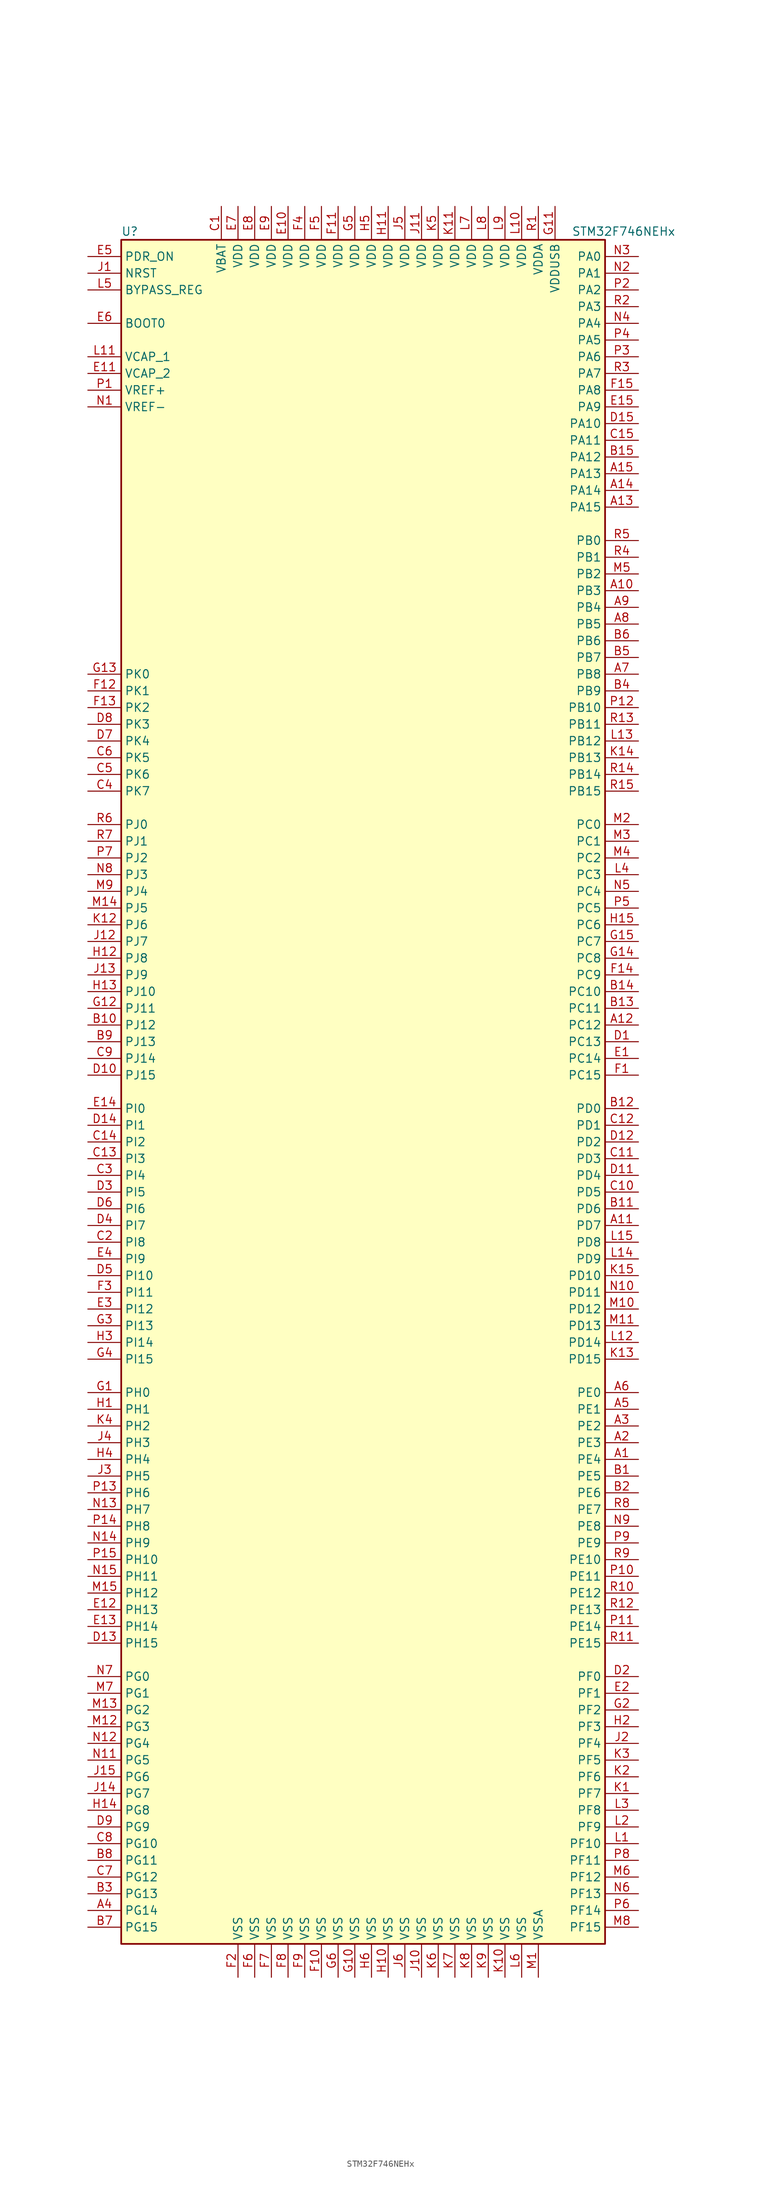
<source format=kicad_sym>
(kicad_symbol_lib
  (version 20211014)
  (generator kicad_symbol_editor)
  (symbol "STM32F746NEHx"
    (property "Reference" "U"
      (at -38.1 130.81 0)
      (effects (font (size 1.27 1.27)) (justify left)))
    (property "Value" "STM32F746NEHx"
      (at 30.48 130.81 0)
      (effects (font (size 1.27 1.27)) (justify left)))
    (symbol "STM32F746NEHx_0_1"
      (rectangle (start -38.1 -129.54) (end 35.56 129.54) (stroke (width 0.254) (type default) (color 0 0 0 0)) (fill (type background))))
    (symbol "STM32F746NEHx_1_1"
      (pin bidirectional line (at 40.64 -55.88 180) (length 5.08) (name "PE4" (effects (font (size 1.27 1.27)))) (number "A1" (effects (font (size 1.27 1.27)))))
      (pin bidirectional line (at 40.64 76.2 180) (length 5.08) (name "PB3" (effects (font (size 1.27 1.27)))) (number "A10" (effects (font (size 1.27 1.27)))))
      (pin bidirectional line (at 40.64 -20.32 180) (length 5.08) (name "PD7" (effects (font (size 1.27 1.27)))) (number "A11" (effects (font (size 1.27 1.27)))))
      (pin bidirectional line (at 40.64 10.16 180) (length 5.08) (name "PC12" (effects (font (size 1.27 1.27)))) (number "A12" (effects (font (size 1.27 1.27)))))
      (pin bidirectional line (at 40.64 88.9 180) (length 5.08) (name "PA15" (effects (font (size 1.27 1.27)))) (number "A13" (effects (font (size 1.27 1.27)))))
      (pin bidirectional line (at 40.64 91.44 180) (length 5.08) (name "PA14" (effects (font (size 1.27 1.27)))) (number "A14" (effects (font (size 1.27 1.27)))))
      (pin bidirectional line (at 40.64 93.98 180) (length 5.08) (name "PA13" (effects (font (size 1.27 1.27)))) (number "A15" (effects (font (size 1.27 1.27)))))
      (pin bidirectional line (at 40.64 -53.34 180) (length 5.08) (name "PE3" (effects (font (size 1.27 1.27)))) (number "A2" (effects (font (size 1.27 1.27)))))
      (pin bidirectional line (at 40.64 -50.8 180) (length 5.08) (name "PE2" (effects (font (size 1.27 1.27)))) (number "A3" (effects (font (size 1.27 1.27)))))
      (pin bidirectional line (at -43.18 -124.46 0) (length 5.08) (name "PG14" (effects (font (size 1.27 1.27)))) (number "A4" (effects (font (size 1.27 1.27)))))
      (pin bidirectional line (at 40.64 -48.26 180) (length 5.08) (name "PE1" (effects (font (size 1.27 1.27)))) (number "A5" (effects (font (size 1.27 1.27)))))
      (pin bidirectional line (at 40.64 -45.72 180) (length 5.08) (name "PE0" (effects (font (size 1.27 1.27)))) (number "A6" (effects (font (size 1.27 1.27)))))
      (pin bidirectional line (at 40.64 63.5 180) (length 5.08) (name "PB8" (effects (font (size 1.27 1.27)))) (number "A7" (effects (font (size 1.27 1.27)))))
      (pin bidirectional line (at 40.64 71.12 180) (length 5.08) (name "PB5" (effects (font (size 1.27 1.27)))) (number "A8" (effects (font (size 1.27 1.27)))))
      (pin bidirectional line (at 40.64 73.66 180) (length 5.08) (name "PB4" (effects (font (size 1.27 1.27)))) (number "A9" (effects (font (size 1.27 1.27)))))
      (pin bidirectional line (at 40.64 -58.42 180) (length 5.08) (name "PE5" (effects (font (size 1.27 1.27)))) (number "B1" (effects (font (size 1.27 1.27)))))
      (pin bidirectional line (at -43.18 10.16 0) (length 5.08) (name "PJ12" (effects (font (size 1.27 1.27)))) (number "B10" (effects (font (size 1.27 1.27)))))
      (pin bidirectional line (at 40.64 -17.78 180) (length 5.08) (name "PD6" (effects (font (size 1.27 1.27)))) (number "B11" (effects (font (size 1.27 1.27)))))
      (pin bidirectional line (at 40.64 -2.54 180) (length 5.08) (name "PD0" (effects (font (size 1.27 1.27)))) (number "B12" (effects (font (size 1.27 1.27)))))
      (pin bidirectional line (at 40.64 12.7 180) (length 5.08) (name "PC11" (effects (font (size 1.27 1.27)))) (number "B13" (effects (font (size 1.27 1.27)))))
      (pin bidirectional line (at 40.64 15.24 180) (length 5.08) (name "PC10" (effects (font (size 1.27 1.27)))) (number "B14" (effects (font (size 1.27 1.27)))))
      (pin bidirectional line (at 40.64 96.52 180) (length 5.08) (name "PA12" (effects (font (size 1.27 1.27)))) (number "B15" (effects (font (size 1.27 1.27)))))
      (pin bidirectional line (at 40.64 -60.96 180) (length 5.08) (name "PE6" (effects (font (size 1.27 1.27)))) (number "B2" (effects (font (size 1.27 1.27)))))
      (pin bidirectional line (at -43.18 -121.92 0) (length 5.08) (name "PG13" (effects (font (size 1.27 1.27)))) (number "B3" (effects (font (size 1.27 1.27)))))
      (pin bidirectional line (at 40.64 60.96 180) (length 5.08) (name "PB9" (effects (font (size 1.27 1.27)))) (number "B4" (effects (font (size 1.27 1.27)))))
      (pin bidirectional line (at 40.64 66.04 180) (length 5.08) (name "PB7" (effects (font (size 1.27 1.27)))) (number "B5" (effects (font (size 1.27 1.27)))))
      (pin bidirectional line (at 40.64 68.58 180) (length 5.08) (name "PB6" (effects (font (size 1.27 1.27)))) (number "B6" (effects (font (size 1.27 1.27)))))
      (pin bidirectional line (at -43.18 -127 0) (length 5.08) (name "PG15" (effects (font (size 1.27 1.27)))) (number "B7" (effects (font (size 1.27 1.27)))))
      (pin bidirectional line (at -43.18 -116.84 0) (length 5.08) (name "PG11" (effects (font (size 1.27 1.27)))) (number "B8" (effects (font (size 1.27 1.27)))))
      (pin bidirectional line (at -43.18 7.62 0) (length 5.08) (name "PJ13" (effects (font (size 1.27 1.27)))) (number "B9" (effects (font (size 1.27 1.27)))))
      (pin power_in line (at -22.86 134.62 270) (length 5.08) (name "VBAT" (effects (font (size 1.27 1.27)))) (number "C1" (effects (font (size 1.27 1.27)))))
      (pin bidirectional line (at 40.64 -15.24 180) (length 5.08) (name "PD5" (effects (font (size 1.27 1.27)))) (number "C10" (effects (font (size 1.27 1.27)))))
      (pin bidirectional line (at 40.64 -10.16 180) (length 5.08) (name "PD3" (effects (font (size 1.27 1.27)))) (number "C11" (effects (font (size 1.27 1.27)))))
      (pin bidirectional line (at 40.64 -5.08 180) (length 5.08) (name "PD1" (effects (font (size 1.27 1.27)))) (number "C12" (effects (font (size 1.27 1.27)))))
      (pin bidirectional line (at -43.18 -10.16 0) (length 5.08) (name "PI3" (effects (font (size 1.27 1.27)))) (number "C13" (effects (font (size 1.27 1.27)))))
      (pin bidirectional line (at -43.18 -7.62 0) (length 5.08) (name "PI2" (effects (font (size 1.27 1.27)))) (number "C14" (effects (font (size 1.27 1.27)))))
      (pin bidirectional line (at 40.64 99.06 180) (length 5.08) (name "PA11" (effects (font (size 1.27 1.27)))) (number "C15" (effects (font (size 1.27 1.27)))))
      (pin bidirectional line (at -43.18 -22.86 0) (length 5.08) (name "PI8" (effects (font (size 1.27 1.27)))) (number "C2" (effects (font (size 1.27 1.27)))))
      (pin bidirectional line (at -43.18 -12.7 0) (length 5.08) (name "PI4" (effects (font (size 1.27 1.27)))) (number "C3" (effects (font (size 1.27 1.27)))))
      (pin bidirectional line (at -43.18 45.72 0) (length 5.08) (name "PK7" (effects (font (size 1.27 1.27)))) (number "C4" (effects (font (size 1.27 1.27)))))
      (pin bidirectional line (at -43.18 48.26 0) (length 5.08) (name "PK6" (effects (font (size 1.27 1.27)))) (number "C5" (effects (font (size 1.27 1.27)))))
      (pin bidirectional line (at -43.18 50.8 0) (length 5.08) (name "PK5" (effects (font (size 1.27 1.27)))) (number "C6" (effects (font (size 1.27 1.27)))))
      (pin bidirectional line (at -43.18 -119.38 0) (length 5.08) (name "PG12" (effects (font (size 1.27 1.27)))) (number "C7" (effects (font (size 1.27 1.27)))))
      (pin bidirectional line (at -43.18 -114.3 0) (length 5.08) (name "PG10" (effects (font (size 1.27 1.27)))) (number "C8" (effects (font (size 1.27 1.27)))))
      (pin bidirectional line (at -43.18 5.08 0) (length 5.08) (name "PJ14" (effects (font (size 1.27 1.27)))) (number "C9" (effects (font (size 1.27 1.27)))))
      (pin bidirectional line (at 40.64 7.62 180) (length 5.08) (name "PC13" (effects (font (size 1.27 1.27)))) (number "D1" (effects (font (size 1.27 1.27)))))
      (pin bidirectional line (at -43.18 2.54 0) (length 5.08) (name "PJ15" (effects (font (size 1.27 1.27)))) (number "D10" (effects (font (size 1.27 1.27)))))
      (pin bidirectional line (at 40.64 -12.7 180) (length 5.08) (name "PD4" (effects (font (size 1.27 1.27)))) (number "D11" (effects (font (size 1.27 1.27)))))
      (pin bidirectional line (at 40.64 -7.62 180) (length 5.08) (name "PD2" (effects (font (size 1.27 1.27)))) (number "D12" (effects (font (size 1.27 1.27)))))
      (pin bidirectional line (at -43.18 -83.82 0) (length 5.08) (name "PH15" (effects (font (size 1.27 1.27)))) (number "D13" (effects (font (size 1.27 1.27)))))
      (pin bidirectional line (at -43.18 -5.08 0) (length 5.08) (name "PI1" (effects (font (size 1.27 1.27)))) (number "D14" (effects (font (size 1.27 1.27)))))
      (pin bidirectional line (at 40.64 101.6 180) (length 5.08) (name "PA10" (effects (font (size 1.27 1.27)))) (number "D15" (effects (font (size 1.27 1.27)))))
      (pin bidirectional line (at 40.64 -88.9 180) (length 5.08) (name "PF0" (effects (font (size 1.27 1.27)))) (number "D2" (effects (font (size 1.27 1.27)))))
      (pin bidirectional line (at -43.18 -15.24 0) (length 5.08) (name "PI5" (effects (font (size 1.27 1.27)))) (number "D3" (effects (font (size 1.27 1.27)))))
      (pin bidirectional line (at -43.18 -20.32 0) (length 5.08) (name "PI7" (effects (font (size 1.27 1.27)))) (number "D4" (effects (font (size 1.27 1.27)))))
      (pin bidirectional line (at -43.18 -27.94 0) (length 5.08) (name "PI10" (effects (font (size 1.27 1.27)))) (number "D5" (effects (font (size 1.27 1.27)))))
      (pin bidirectional line (at -43.18 -17.78 0) (length 5.08) (name "PI6" (effects (font (size 1.27 1.27)))) (number "D6" (effects (font (size 1.27 1.27)))))
      (pin bidirectional line (at -43.18 53.34 0) (length 5.08) (name "PK4" (effects (font (size 1.27 1.27)))) (number "D7" (effects (font (size 1.27 1.27)))))
      (pin bidirectional line (at -43.18 55.88 0) (length 5.08) (name "PK3" (effects (font (size 1.27 1.27)))) (number "D8" (effects (font (size 1.27 1.27)))))
      (pin bidirectional line (at -43.18 -111.76 0) (length 5.08) (name "PG9" (effects (font (size 1.27 1.27)))) (number "D9" (effects (font (size 1.27 1.27)))))
      (pin bidirectional line (at 40.64 5.08 180) (length 5.08) (name "PC14" (effects (font (size 1.27 1.27)))) (number "E1" (effects (font (size 1.27 1.27)))))
      (pin power_in line (at -12.7 134.62 270) (length 5.08) (name "VDD" (effects (font (size 1.27 1.27)))) (number "E10" (effects (font (size 1.27 1.27)))))
      (pin power_in line (at -43.18 109.22 0) (length 5.08) (name "VCAP_2" (effects (font (size 1.27 1.27)))) (number "E11" (effects (font (size 1.27 1.27)))))
      (pin bidirectional line (at -43.18 -78.74 0) (length 5.08) (name "PH13" (effects (font (size 1.27 1.27)))) (number "E12" (effects (font (size 1.27 1.27)))))
      (pin bidirectional line (at -43.18 -81.28 0) (length 5.08) (name "PH14" (effects (font (size 1.27 1.27)))) (number "E13" (effects (font (size 1.27 1.27)))))
      (pin bidirectional line (at -43.18 -2.54 0) (length 5.08) (name "PI0" (effects (font (size 1.27 1.27)))) (number "E14" (effects (font (size 1.27 1.27)))))
      (pin bidirectional line (at 40.64 104.14 180) (length 5.08) (name "PA9" (effects (font (size 1.27 1.27)))) (number "E15" (effects (font (size 1.27 1.27)))))
      (pin bidirectional line (at 40.64 -91.44 180) (length 5.08) (name "PF1" (effects (font (size 1.27 1.27)))) (number "E2" (effects (font (size 1.27 1.27)))))
      (pin bidirectional line (at -43.18 -33.02 0) (length 5.08) (name "PI12" (effects (font (size 1.27 1.27)))) (number "E3" (effects (font (size 1.27 1.27)))))
      (pin bidirectional line (at -43.18 -25.4 0) (length 5.08) (name "PI9" (effects (font (size 1.27 1.27)))) (number "E4" (effects (font (size 1.27 1.27)))))
      (pin input line (at -43.18 127 0) (length 5.08) (name "PDR_ON" (effects (font (size 1.27 1.27)))) (number "E5" (effects (font (size 1.27 1.27)))))
      (pin input line (at -43.18 116.84 0) (length 5.08) (name "BOOT0" (effects (font (size 1.27 1.27)))) (number "E6" (effects (font (size 1.27 1.27)))))
      (pin power_in line (at -20.32 134.62 270) (length 5.08) (name "VDD" (effects (font (size 1.27 1.27)))) (number "E7" (effects (font (size 1.27 1.27)))))
      (pin power_in line (at -17.78 134.62 270) (length 5.08) (name "VDD" (effects (font (size 1.27 1.27)))) (number "E8" (effects (font (size 1.27 1.27)))))
      (pin power_in line (at -15.24 134.62 270) (length 5.08) (name "VDD" (effects (font (size 1.27 1.27)))) (number "E9" (effects (font (size 1.27 1.27)))))
      (pin bidirectional line (at 40.64 2.54 180) (length 5.08) (name "PC15" (effects (font (size 1.27 1.27)))) (number "F1" (effects (font (size 1.27 1.27)))))
      (pin power_in line (at -7.62 -134.62 90) (length 5.08) (name "VSS" (effects (font (size 1.27 1.27)))) (number "F10" (effects (font (size 1.27 1.27)))))
      (pin power_in line (at -5.08 134.62 270) (length 5.08) (name "VDD" (effects (font (size 1.27 1.27)))) (number "F11" (effects (font (size 1.27 1.27)))))
      (pin bidirectional line (at -43.18 60.96 0) (length 5.08) (name "PK1" (effects (font (size 1.27 1.27)))) (number "F12" (effects (font (size 1.27 1.27)))))
      (pin bidirectional line (at -43.18 58.42 0) (length 5.08) (name "PK2" (effects (font (size 1.27 1.27)))) (number "F13" (effects (font (size 1.27 1.27)))))
      (pin bidirectional line (at 40.64 17.78 180) (length 5.08) (name "PC9" (effects (font (size 1.27 1.27)))) (number "F14" (effects (font (size 1.27 1.27)))))
      (pin bidirectional line (at 40.64 106.68 180) (length 5.08) (name "PA8" (effects (font (size 1.27 1.27)))) (number "F15" (effects (font (size 1.27 1.27)))))
      (pin power_in line (at -20.32 -134.62 90) (length 5.08) (name "VSS" (effects (font (size 1.27 1.27)))) (number "F2" (effects (font (size 1.27 1.27)))))
      (pin bidirectional line (at -43.18 -30.48 0) (length 5.08) (name "PI11" (effects (font (size 1.27 1.27)))) (number "F3" (effects (font (size 1.27 1.27)))))
      (pin power_in line (at -10.16 134.62 270) (length 5.08) (name "VDD" (effects (font (size 1.27 1.27)))) (number "F4" (effects (font (size 1.27 1.27)))))
      (pin power_in line (at -7.62 134.62 270) (length 5.08) (name "VDD" (effects (font (size 1.27 1.27)))) (number "F5" (effects (font (size 1.27 1.27)))))
      (pin power_in line (at -17.78 -134.62 90) (length 5.08) (name "VSS" (effects (font (size 1.27 1.27)))) (number "F6" (effects (font (size 1.27 1.27)))))
      (pin power_in line (at -15.24 -134.62 90) (length 5.08) (name "VSS" (effects (font (size 1.27 1.27)))) (number "F7" (effects (font (size 1.27 1.27)))))
      (pin power_in line (at -12.7 -134.62 90) (length 5.08) (name "VSS" (effects (font (size 1.27 1.27)))) (number "F8" (effects (font (size 1.27 1.27)))))
      (pin power_in line (at -10.16 -134.62 90) (length 5.08) (name "VSS" (effects (font (size 1.27 1.27)))) (number "F9" (effects (font (size 1.27 1.27)))))
      (pin input line (at -43.18 -45.72 0) (length 5.08) (name "PH0" (effects (font (size 1.27 1.27)))) (number "G1" (effects (font (size 1.27 1.27)))))
      (pin power_in line (at -2.54 -134.62 90) (length 5.08) (name "VSS" (effects (font (size 1.27 1.27)))) (number "G10" (effects (font (size 1.27 1.27)))))
      (pin power_in line (at 27.94 134.62 270) (length 5.08) (name "VDDUSB" (effects (font (size 1.27 1.27)))) (number "G11" (effects (font (size 1.27 1.27)))))
      (pin bidirectional line (at -43.18 12.7 0) (length 5.08) (name "PJ11" (effects (font (size 1.27 1.27)))) (number "G12" (effects (font (size 1.27 1.27)))))
      (pin bidirectional line (at -43.18 63.5 0) (length 5.08) (name "PK0" (effects (font (size 1.27 1.27)))) (number "G13" (effects (font (size 1.27 1.27)))))
      (pin bidirectional line (at 40.64 20.32 180) (length 5.08) (name "PC8" (effects (font (size 1.27 1.27)))) (number "G14" (effects (font (size 1.27 1.27)))))
      (pin bidirectional line (at 40.64 22.86 180) (length 5.08) (name "PC7" (effects (font (size 1.27 1.27)))) (number "G15" (effects (font (size 1.27 1.27)))))
      (pin bidirectional line (at 40.64 -93.98 180) (length 5.08) (name "PF2" (effects (font (size 1.27 1.27)))) (number "G2" (effects (font (size 1.27 1.27)))))
      (pin bidirectional line (at -43.18 -35.56 0) (length 5.08) (name "PI13" (effects (font (size 1.27 1.27)))) (number "G3" (effects (font (size 1.27 1.27)))))
      (pin bidirectional line (at -43.18 -40.64 0) (length 5.08) (name "PI15" (effects (font (size 1.27 1.27)))) (number "G4" (effects (font (size 1.27 1.27)))))
      (pin power_in line (at -2.54 134.62 270) (length 5.08) (name "VDD" (effects (font (size 1.27 1.27)))) (number "G5" (effects (font (size 1.27 1.27)))))
      (pin power_in line (at -5.08 -134.62 90) (length 5.08) (name "VSS" (effects (font (size 1.27 1.27)))) (number "G6" (effects (font (size 1.27 1.27)))))
      (pin input line (at -43.18 -48.26 0) (length 5.08) (name "PH1" (effects (font (size 1.27 1.27)))) (number "H1" (effects (font (size 1.27 1.27)))))
      (pin power_in line (at 2.54 -134.62 90) (length 5.08) (name "VSS" (effects (font (size 1.27 1.27)))) (number "H10" (effects (font (size 1.27 1.27)))))
      (pin power_in line (at 2.54 134.62 270) (length 5.08) (name "VDD" (effects (font (size 1.27 1.27)))) (number "H11" (effects (font (size 1.27 1.27)))))
      (pin bidirectional line (at -43.18 20.32 0) (length 5.08) (name "PJ8" (effects (font (size 1.27 1.27)))) (number "H12" (effects (font (size 1.27 1.27)))))
      (pin bidirectional line (at -43.18 15.24 0) (length 5.08) (name "PJ10" (effects (font (size 1.27 1.27)))) (number "H13" (effects (font (size 1.27 1.27)))))
      (pin bidirectional line (at -43.18 -109.22 0) (length 5.08) (name "PG8" (effects (font (size 1.27 1.27)))) (number "H14" (effects (font (size 1.27 1.27)))))
      (pin bidirectional line (at 40.64 25.4 180) (length 5.08) (name "PC6" (effects (font (size 1.27 1.27)))) (number "H15" (effects (font (size 1.27 1.27)))))
      (pin bidirectional line (at 40.64 -96.52 180) (length 5.08) (name "PF3" (effects (font (size 1.27 1.27)))) (number "H2" (effects (font (size 1.27 1.27)))))
      (pin bidirectional line (at -43.18 -38.1 0) (length 5.08) (name "PI14" (effects (font (size 1.27 1.27)))) (number "H3" (effects (font (size 1.27 1.27)))))
      (pin bidirectional line (at -43.18 -55.88 0) (length 5.08) (name "PH4" (effects (font (size 1.27 1.27)))) (number "H4" (effects (font (size 1.27 1.27)))))
      (pin power_in line (at 0 134.62 270) (length 5.08) (name "VDD" (effects (font (size 1.27 1.27)))) (number "H5" (effects (font (size 1.27 1.27)))))
      (pin power_in line (at 0 -134.62 90) (length 5.08) (name "VSS" (effects (font (size 1.27 1.27)))) (number "H6" (effects (font (size 1.27 1.27)))))
      (pin input line (at -43.18 124.46 0) (length 5.08) (name "NRST" (effects (font (size 1.27 1.27)))) (number "J1" (effects (font (size 1.27 1.27)))))
      (pin power_in line (at 7.62 -134.62 90) (length 5.08) (name "VSS" (effects (font (size 1.27 1.27)))) (number "J10" (effects (font (size 1.27 1.27)))))
      (pin power_in line (at 7.62 134.62 270) (length 5.08) (name "VDD" (effects (font (size 1.27 1.27)))) (number "J11" (effects (font (size 1.27 1.27)))))
      (pin bidirectional line (at -43.18 22.86 0) (length 5.08) (name "PJ7" (effects (font (size 1.27 1.27)))) (number "J12" (effects (font (size 1.27 1.27)))))
      (pin bidirectional line (at -43.18 17.78 0) (length 5.08) (name "PJ9" (effects (font (size 1.27 1.27)))) (number "J13" (effects (font (size 1.27 1.27)))))
      (pin bidirectional line (at -43.18 -106.68 0) (length 5.08) (name "PG7" (effects (font (size 1.27 1.27)))) (number "J14" (effects (font (size 1.27 1.27)))))
      (pin bidirectional line (at -43.18 -104.14 0) (length 5.08) (name "PG6" (effects (font (size 1.27 1.27)))) (number "J15" (effects (font (size 1.27 1.27)))))
      (pin bidirectional line (at 40.64 -99.06 180) (length 5.08) (name "PF4" (effects (font (size 1.27 1.27)))) (number "J2" (effects (font (size 1.27 1.27)))))
      (pin bidirectional line (at -43.18 -58.42 0) (length 5.08) (name "PH5" (effects (font (size 1.27 1.27)))) (number "J3" (effects (font (size 1.27 1.27)))))
      (pin bidirectional line (at -43.18 -53.34 0) (length 5.08) (name "PH3" (effects (font (size 1.27 1.27)))) (number "J4" (effects (font (size 1.27 1.27)))))
      (pin power_in line (at 5.08 134.62 270) (length 5.08) (name "VDD" (effects (font (size 1.27 1.27)))) (number "J5" (effects (font (size 1.27 1.27)))))
      (pin power_in line (at 5.08 -134.62 90) (length 5.08) (name "VSS" (effects (font (size 1.27 1.27)))) (number "J6" (effects (font (size 1.27 1.27)))))
      (pin bidirectional line (at 40.64 -106.68 180) (length 5.08) (name "PF7" (effects (font (size 1.27 1.27)))) (number "K1" (effects (font (size 1.27 1.27)))))
      (pin power_in line (at 20.32 -134.62 90) (length 5.08) (name "VSS" (effects (font (size 1.27 1.27)))) (number "K10" (effects (font (size 1.27 1.27)))))
      (pin power_in line (at 12.7 134.62 270) (length 5.08) (name "VDD" (effects (font (size 1.27 1.27)))) (number "K11" (effects (font (size 1.27 1.27)))))
      (pin bidirectional line (at -43.18 25.4 0) (length 5.08) (name "PJ6" (effects (font (size 1.27 1.27)))) (number "K12" (effects (font (size 1.27 1.27)))))
      (pin bidirectional line (at 40.64 -40.64 180) (length 5.08) (name "PD15" (effects (font (size 1.27 1.27)))) (number "K13" (effects (font (size 1.27 1.27)))))
      (pin bidirectional line (at 40.64 50.8 180) (length 5.08) (name "PB13" (effects (font (size 1.27 1.27)))) (number "K14" (effects (font (size 1.27 1.27)))))
      (pin bidirectional line (at 40.64 -27.94 180) (length 5.08) (name "PD10" (effects (font (size 1.27 1.27)))) (number "K15" (effects (font (size 1.27 1.27)))))
      (pin bidirectional line (at 40.64 -104.14 180) (length 5.08) (name "PF6" (effects (font (size 1.27 1.27)))) (number "K2" (effects (font (size 1.27 1.27)))))
      (pin bidirectional line (at 40.64 -101.6 180) (length 5.08) (name "PF5" (effects (font (size 1.27 1.27)))) (number "K3" (effects (font (size 1.27 1.27)))))
      (pin bidirectional line (at -43.18 -50.8 0) (length 5.08) (name "PH2" (effects (font (size 1.27 1.27)))) (number "K4" (effects (font (size 1.27 1.27)))))
      (pin power_in line (at 10.16 134.62 270) (length 5.08) (name "VDD" (effects (font (size 1.27 1.27)))) (number "K5" (effects (font (size 1.27 1.27)))))
      (pin power_in line (at 10.16 -134.62 90) (length 5.08) (name "VSS" (effects (font (size 1.27 1.27)))) (number "K6" (effects (font (size 1.27 1.27)))))
      (pin power_in line (at 12.7 -134.62 90) (length 5.08) (name "VSS" (effects (font (size 1.27 1.27)))) (number "K7" (effects (font (size 1.27 1.27)))))
      (pin power_in line (at 15.24 -134.62 90) (length 5.08) (name "VSS" (effects (font (size 1.27 1.27)))) (number "K8" (effects (font (size 1.27 1.27)))))
      (pin power_in line (at 17.78 -134.62 90) (length 5.08) (name "VSS" (effects (font (size 1.27 1.27)))) (number "K9" (effects (font (size 1.27 1.27)))))
      (pin bidirectional line (at 40.64 -114.3 180) (length 5.08) (name "PF10" (effects (font (size 1.27 1.27)))) (number "L1" (effects (font (size 1.27 1.27)))))
      (pin power_in line (at 22.86 134.62 270) (length 5.08) (name "VDD" (effects (font (size 1.27 1.27)))) (number "L10" (effects (font (size 1.27 1.27)))))
      (pin power_in line (at -43.18 111.76 0) (length 5.08) (name "VCAP_1" (effects (font (size 1.27 1.27)))) (number "L11" (effects (font (size 1.27 1.27)))))
      (pin bidirectional line (at 40.64 -38.1 180) (length 5.08) (name "PD14" (effects (font (size 1.27 1.27)))) (number "L12" (effects (font (size 1.27 1.27)))))
      (pin bidirectional line (at 40.64 53.34 180) (length 5.08) (name "PB12" (effects (font (size 1.27 1.27)))) (number "L13" (effects (font (size 1.27 1.27)))))
      (pin bidirectional line (at 40.64 -25.4 180) (length 5.08) (name "PD9" (effects (font (size 1.27 1.27)))) (number "L14" (effects (font (size 1.27 1.27)))))
      (pin bidirectional line (at 40.64 -22.86 180) (length 5.08) (name "PD8" (effects (font (size 1.27 1.27)))) (number "L15" (effects (font (size 1.27 1.27)))))
      (pin bidirectional line (at 40.64 -111.76 180) (length 5.08) (name "PF9" (effects (font (size 1.27 1.27)))) (number "L2" (effects (font (size 1.27 1.27)))))
      (pin bidirectional line (at 40.64 -109.22 180) (length 5.08) (name "PF8" (effects (font (size 1.27 1.27)))) (number "L3" (effects (font (size 1.27 1.27)))))
      (pin bidirectional line (at 40.64 33.02 180) (length 5.08) (name "PC3" (effects (font (size 1.27 1.27)))) (number "L4" (effects (font (size 1.27 1.27)))))
      (pin input line (at -43.18 121.92 0) (length 5.08) (name "BYPASS_REG" (effects (font (size 1.27 1.27)))) (number "L5" (effects (font (size 1.27 1.27)))))
      (pin power_in line (at 22.86 -134.62 90) (length 5.08) (name "VSS" (effects (font (size 1.27 1.27)))) (number "L6" (effects (font (size 1.27 1.27)))))
      (pin power_in line (at 15.24 134.62 270) (length 5.08) (name "VDD" (effects (font (size 1.27 1.27)))) (number "L7" (effects (font (size 1.27 1.27)))))
      (pin power_in line (at 17.78 134.62 270) (length 5.08) (name "VDD" (effects (font (size 1.27 1.27)))) (number "L8" (effects (font (size 1.27 1.27)))))
      (pin power_in line (at 20.32 134.62 270) (length 5.08) (name "VDD" (effects (font (size 1.27 1.27)))) (number "L9" (effects (font (size 1.27 1.27)))))
      (pin power_in line (at 25.4 -134.62 90) (length 5.08) (name "VSSA" (effects (font (size 1.27 1.27)))) (number "M1" (effects (font (size 1.27 1.27)))))
      (pin bidirectional line (at 40.64 -33.02 180) (length 5.08) (name "PD12" (effects (font (size 1.27 1.27)))) (number "M10" (effects (font (size 1.27 1.27)))))
      (pin bidirectional line (at 40.64 -35.56 180) (length 5.08) (name "PD13" (effects (font (size 1.27 1.27)))) (number "M11" (effects (font (size 1.27 1.27)))))
      (pin bidirectional line (at -43.18 -96.52 0) (length 5.08) (name "PG3" (effects (font (size 1.27 1.27)))) (number "M12" (effects (font (size 1.27 1.27)))))
      (pin bidirectional line (at -43.18 -93.98 0) (length 5.08) (name "PG2" (effects (font (size 1.27 1.27)))) (number "M13" (effects (font (size 1.27 1.27)))))
      (pin bidirectional line (at -43.18 27.94 0) (length 5.08) (name "PJ5" (effects (font (size 1.27 1.27)))) (number "M14" (effects (font (size 1.27 1.27)))))
      (pin bidirectional line (at -43.18 -76.2 0) (length 5.08) (name "PH12" (effects (font (size 1.27 1.27)))) (number "M15" (effects (font (size 1.27 1.27)))))
      (pin bidirectional line (at 40.64 40.64 180) (length 5.08) (name "PC0" (effects (font (size 1.27 1.27)))) (number "M2" (effects (font (size 1.27 1.27)))))
      (pin bidirectional line (at 40.64 38.1 180) (length 5.08) (name "PC1" (effects (font (size 1.27 1.27)))) (number "M3" (effects (font (size 1.27 1.27)))))
      (pin bidirectional line (at 40.64 35.56 180) (length 5.08) (name "PC2" (effects (font (size 1.27 1.27)))) (number "M4" (effects (font (size 1.27 1.27)))))
      (pin bidirectional line (at 40.64 78.74 180) (length 5.08) (name "PB2" (effects (font (size 1.27 1.27)))) (number "M5" (effects (font (size 1.27 1.27)))))
      (pin bidirectional line (at 40.64 -119.38 180) (length 5.08) (name "PF12" (effects (font (size 1.27 1.27)))) (number "M6" (effects (font (size 1.27 1.27)))))
      (pin bidirectional line (at -43.18 -91.44 0) (length 5.08) (name "PG1" (effects (font (size 1.27 1.27)))) (number "M7" (effects (font (size 1.27 1.27)))))
      (pin bidirectional line (at 40.64 -127 180) (length 5.08) (name "PF15" (effects (font (size 1.27 1.27)))) (number "M8" (effects (font (size 1.27 1.27)))))
      (pin bidirectional line (at -43.18 30.48 0) (length 5.08) (name "PJ4" (effects (font (size 1.27 1.27)))) (number "M9" (effects (font (size 1.27 1.27)))))
      (pin power_in line (at -43.18 104.14 0) (length 5.08) (name "VREF-" (effects (font (size 1.27 1.27)))) (number "N1" (effects (font (size 1.27 1.27)))))
      (pin bidirectional line (at 40.64 -30.48 180) (length 5.08) (name "PD11" (effects (font (size 1.27 1.27)))) (number "N10" (effects (font (size 1.27 1.27)))))
      (pin bidirectional line (at -43.18 -101.6 0) (length 5.08) (name "PG5" (effects (font (size 1.27 1.27)))) (number "N11" (effects (font (size 1.27 1.27)))))
      (pin bidirectional line (at -43.18 -99.06 0) (length 5.08) (name "PG4" (effects (font (size 1.27 1.27)))) (number "N12" (effects (font (size 1.27 1.27)))))
      (pin bidirectional line (at -43.18 -63.5 0) (length 5.08) (name "PH7" (effects (font (size 1.27 1.27)))) (number "N13" (effects (font (size 1.27 1.27)))))
      (pin bidirectional line (at -43.18 -68.58 0) (length 5.08) (name "PH9" (effects (font (size 1.27 1.27)))) (number "N14" (effects (font (size 1.27 1.27)))))
      (pin bidirectional line (at -43.18 -73.66 0) (length 5.08) (name "PH11" (effects (font (size 1.27 1.27)))) (number "N15" (effects (font (size 1.27 1.27)))))
      (pin bidirectional line (at 40.64 124.46 180) (length 5.08) (name "PA1" (effects (font (size 1.27 1.27)))) (number "N2" (effects (font (size 1.27 1.27)))))
      (pin bidirectional line (at 40.64 127 180) (length 5.08) (name "PA0" (effects (font (size 1.27 1.27)))) (number "N3" (effects (font (size 1.27 1.27)))))
      (pin bidirectional line (at 40.64 116.84 180) (length 5.08) (name "PA4" (effects (font (size 1.27 1.27)))) (number "N4" (effects (font (size 1.27 1.27)))))
      (pin bidirectional line (at 40.64 30.48 180) (length 5.08) (name "PC4" (effects (font (size 1.27 1.27)))) (number "N5" (effects (font (size 1.27 1.27)))))
      (pin bidirectional line (at 40.64 -121.92 180) (length 5.08) (name "PF13" (effects (font (size 1.27 1.27)))) (number "N6" (effects (font (size 1.27 1.27)))))
      (pin bidirectional line (at -43.18 -88.9 0) (length 5.08) (name "PG0" (effects (font (size 1.27 1.27)))) (number "N7" (effects (font (size 1.27 1.27)))))
      (pin bidirectional line (at -43.18 33.02 0) (length 5.08) (name "PJ3" (effects (font (size 1.27 1.27)))) (number "N8" (effects (font (size 1.27 1.27)))))
      (pin bidirectional line (at 40.64 -66.04 180) (length 5.08) (name "PE8" (effects (font (size 1.27 1.27)))) (number "N9" (effects (font (size 1.27 1.27)))))
      (pin power_in line (at -43.18 106.68 0) (length 5.08) (name "VREF+" (effects (font (size 1.27 1.27)))) (number "P1" (effects (font (size 1.27 1.27)))))
      (pin bidirectional line (at 40.64 -73.66 180) (length 5.08) (name "PE11" (effects (font (size 1.27 1.27)))) (number "P10" (effects (font (size 1.27 1.27)))))
      (pin bidirectional line (at 40.64 -81.28 180) (length 5.08) (name "PE14" (effects (font (size 1.27 1.27)))) (number "P11" (effects (font (size 1.27 1.27)))))
      (pin bidirectional line (at 40.64 58.42 180) (length 5.08) (name "PB10" (effects (font (size 1.27 1.27)))) (number "P12" (effects (font (size 1.27 1.27)))))
      (pin bidirectional line (at -43.18 -60.96 0) (length 5.08) (name "PH6" (effects (font (size 1.27 1.27)))) (number "P13" (effects (font (size 1.27 1.27)))))
      (pin bidirectional line (at -43.18 -66.04 0) (length 5.08) (name "PH8" (effects (font (size 1.27 1.27)))) (number "P14" (effects (font (size 1.27 1.27)))))
      (pin bidirectional line (at -43.18 -71.12 0) (length 5.08) (name "PH10" (effects (font (size 1.27 1.27)))) (number "P15" (effects (font (size 1.27 1.27)))))
      (pin bidirectional line (at 40.64 121.92 180) (length 5.08) (name "PA2" (effects (font (size 1.27 1.27)))) (number "P2" (effects (font (size 1.27 1.27)))))
      (pin bidirectional line (at 40.64 111.76 180) (length 5.08) (name "PA6" (effects (font (size 1.27 1.27)))) (number "P3" (effects (font (size 1.27 1.27)))))
      (pin bidirectional line (at 40.64 114.3 180) (length 5.08) (name "PA5" (effects (font (size 1.27 1.27)))) (number "P4" (effects (font (size 1.27 1.27)))))
      (pin bidirectional line (at 40.64 27.94 180) (length 5.08) (name "PC5" (effects (font (size 1.27 1.27)))) (number "P5" (effects (font (size 1.27 1.27)))))
      (pin bidirectional line (at 40.64 -124.46 180) (length 5.08) (name "PF14" (effects (font (size 1.27 1.27)))) (number "P6" (effects (font (size 1.27 1.27)))))
      (pin bidirectional line (at -43.18 35.56 0) (length 5.08) (name "PJ2" (effects (font (size 1.27 1.27)))) (number "P7" (effects (font (size 1.27 1.27)))))
      (pin bidirectional line (at 40.64 -116.84 180) (length 5.08) (name "PF11" (effects (font (size 1.27 1.27)))) (number "P8" (effects (font (size 1.27 1.27)))))
      (pin bidirectional line (at 40.64 -68.58 180) (length 5.08) (name "PE9" (effects (font (size 1.27 1.27)))) (number "P9" (effects (font (size 1.27 1.27)))))
      (pin power_in line (at 25.4 134.62 270) (length 5.08) (name "VDDA" (effects (font (size 1.27 1.27)))) (number "R1" (effects (font (size 1.27 1.27)))))
      (pin bidirectional line (at 40.64 -76.2 180) (length 5.08) (name "PE12" (effects (font (size 1.27 1.27)))) (number "R10" (effects (font (size 1.27 1.27)))))
      (pin bidirectional line (at 40.64 -83.82 180) (length 5.08) (name "PE15" (effects (font (size 1.27 1.27)))) (number "R11" (effects (font (size 1.27 1.27)))))
      (pin bidirectional line (at 40.64 -78.74 180) (length 5.08) (name "PE13" (effects (font (size 1.27 1.27)))) (number "R12" (effects (font (size 1.27 1.27)))))
      (pin bidirectional line (at 40.64 55.88 180) (length 5.08) (name "PB11" (effects (font (size 1.27 1.27)))) (number "R13" (effects (font (size 1.27 1.27)))))
      (pin bidirectional line (at 40.64 48.26 180) (length 5.08) (name "PB14" (effects (font (size 1.27 1.27)))) (number "R14" (effects (font (size 1.27 1.27)))))
      (pin bidirectional line (at 40.64 45.72 180) (length 5.08) (name "PB15" (effects (font (size 1.27 1.27)))) (number "R15" (effects (font (size 1.27 1.27)))))
      (pin bidirectional line (at 40.64 119.38 180) (length 5.08) (name "PA3" (effects (font (size 1.27 1.27)))) (number "R2" (effects (font (size 1.27 1.27)))))
      (pin bidirectional line (at 40.64 109.22 180) (length 5.08) (name "PA7" (effects (font (size 1.27 1.27)))) (number "R3" (effects (font (size 1.27 1.27)))))
      (pin bidirectional line (at 40.64 81.28 180) (length 5.08) (name "PB1" (effects (font (size 1.27 1.27)))) (number "R4" (effects (font (size 1.27 1.27)))))
      (pin bidirectional line (at 40.64 83.82 180) (length 5.08) (name "PB0" (effects (font (size 1.27 1.27)))) (number "R5" (effects (font (size 1.27 1.27)))))
      (pin bidirectional line (at -43.18 40.64 0) (length 5.08) (name "PJ0" (effects (font (size 1.27 1.27)))) (number "R6" (effects (font (size 1.27 1.27)))))
      (pin bidirectional line (at -43.18 38.1 0) (length 5.08) (name "PJ1" (effects (font (size 1.27 1.27)))) (number "R7" (effects (font (size 1.27 1.27)))))
      (pin bidirectional line (at 40.64 -63.5 180) (length 5.08) (name "PE7" (effects (font (size 1.27 1.27)))) (number "R8" (effects (font (size 1.27 1.27)))))
      (pin bidirectional line (at 40.64 -71.12 180) (length 5.08) (name "PE10" (effects (font (size 1.27 1.27)))) (number "R9" (effects (font (size 1.27 1.27))))))))
</source>
